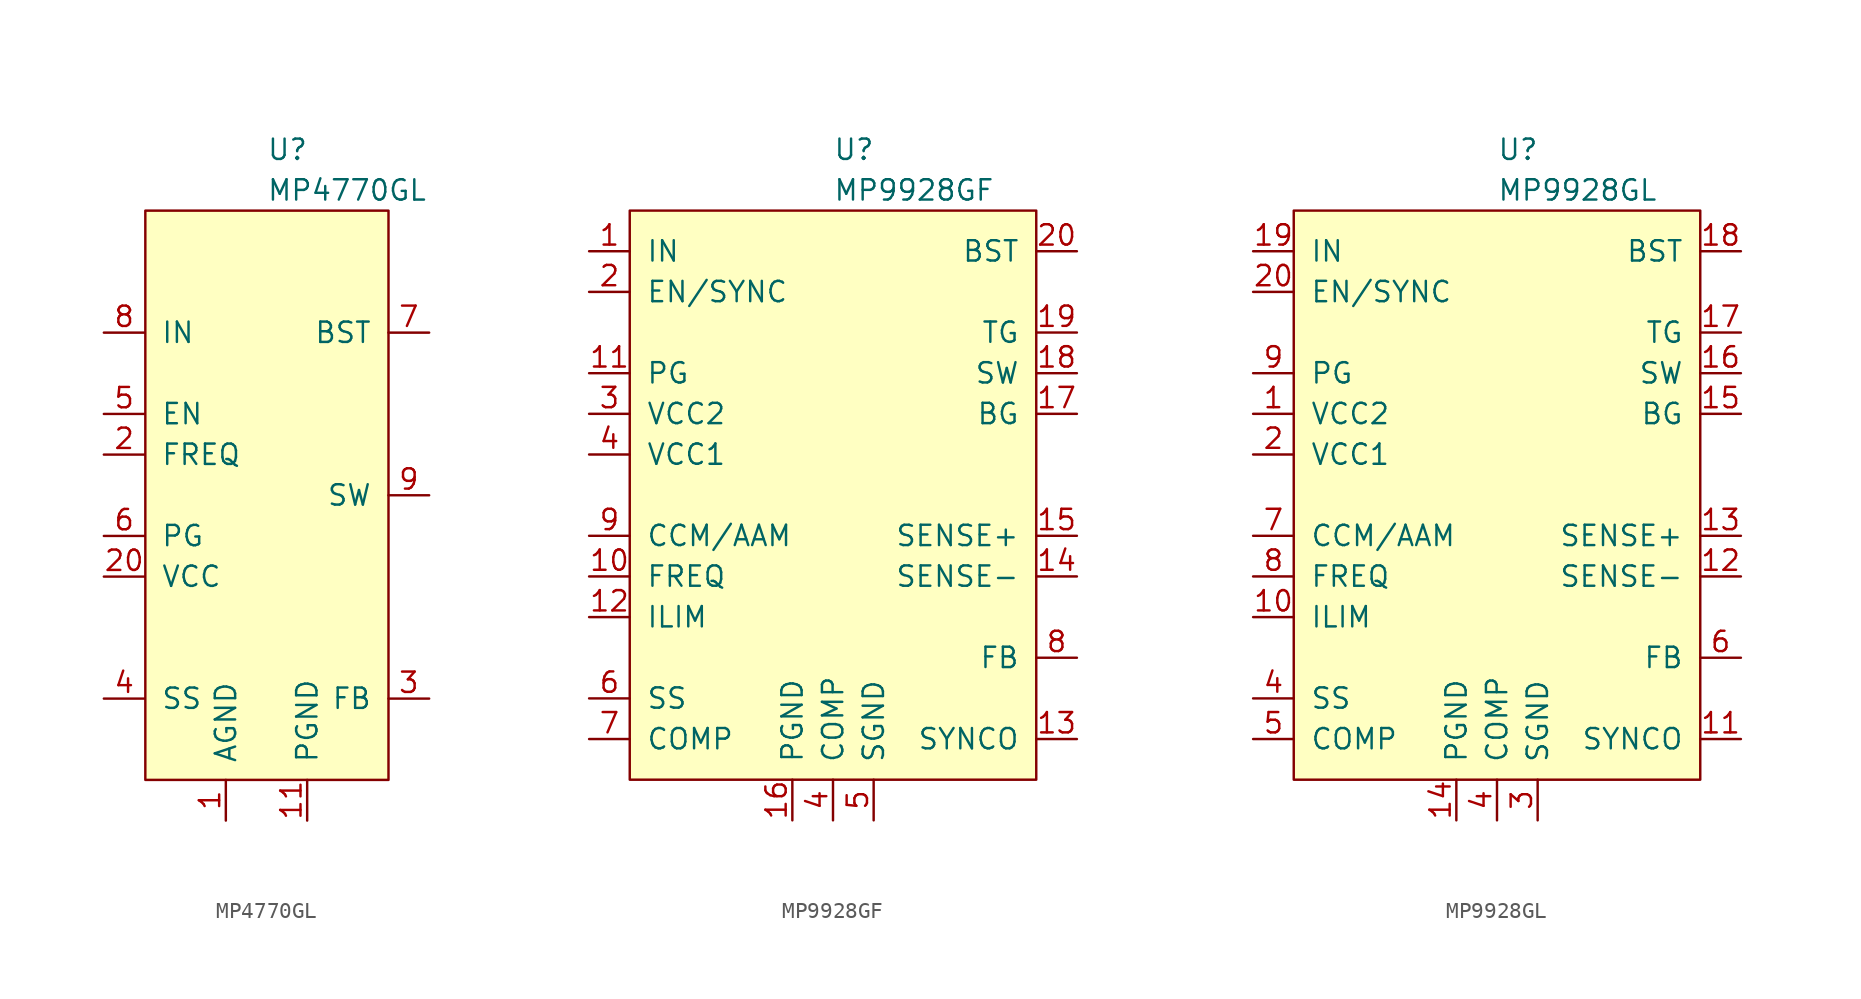
<source format=kicad_sym>
(kicad_symbol_lib
  (version 20241209)
  (generator "kicad_symbol_editor")
  (generator_version "9.0")
  (symbol "MP4770GL"
    (pin_names
      (offset 1.016))
    (property "Reference" "U"
      (at 0 21.59 0)
      (effects (font (size 1.27 1.27)) (justify left)))
    (property "Value" "MP4770GL"
      (at 0 19.05 0)
      (effects (font (size 1.27 1.27)) (justify left)))
    (symbol "MP4770GL_0_1"
      (rectangle (start -7.569 17.78) (end 7.62 -17.78) (stroke (width 0) (type default)) (fill (type background))))
    (symbol "MP4770GL_1_1"
      (pin power_in line (at -10.16 10.16 0) (length 2.54) (hide yes) (name "IN" (effects (font (size 1.27 1.27)))) (number "19" (effects (font (size 1.27 1.27)))))
      (pin power_in line (at -10.16 10.16 0) (length 2.54) (hide yes) (name "IN" (effects (font (size 1.27 1.27)))) (number "21" (effects (font (size 1.27 1.27)))))
      (pin power_in line (at -10.16 10.16 0) (length 2.54) (hide yes) (name "IN" (effects (font (size 1.27 1.27)))) (number "22" (effects (font (size 1.27 1.27)))))
      (pin power_in line (at -10.16 10.16 0) (length 2.54) (hide yes) (name "IN" (effects (font (size 1.27 1.27)))) (number "23" (effects (font (size 1.27 1.27)))))
      (pin power_in line (at -10.16 10.16 0) (length 2.54) (name "IN" (effects (font (size 1.27 1.27)))) (number "8" (effects (font (size 1.27 1.27)))))
      (pin input line (at -10.16 5.08 0) (length 2.54) (name "EN" (effects (font (size 1.27 1.27)))) (number "5" (effects (font (size 1.27 1.27)))))
      (pin input line (at -10.16 2.54 0) (length 2.54) (name "FREQ" (effects (font (size 1.27 1.27)))) (number "2" (effects (font (size 1.27 1.27)))))
      (pin output line (at -10.16 -2.54 0) (length 2.54) (name "PG" (effects (font (size 1.27 1.27)))) (number "6" (effects (font (size 1.27 1.27)))))
      (pin power_out line (at -10.16 -5.08 0) (length 2.54) (name "VCC" (effects (font (size 1.27 1.27)))) (number "20" (effects (font (size 1.27 1.27)))))
      (pin input line (at -10.16 -12.7 0) (length 2.54) (name "SS" (effects (font (size 1.27 1.27)))) (number "4" (effects (font (size 1.27 1.27)))))
      (pin power_in line (at -2.54 -20.32 90) (length 2.54) (name "AGND" (effects (font (size 1.27 1.27)))) (number "1" (effects (font (size 1.27 1.27)))))
      (pin power_in line (at 2.54 -20.32 90) (length 2.54) (name "PGND" (effects (font (size 1.27 1.27)))) (number "11" (effects (font (size 1.27 1.27)))))
      (pin power_in line (at 2.54 -20.32 90) (length 2.54) (hide yes) (name "PGND" (effects (font (size 1.27 1.27)))) (number "12" (effects (font (size 1.27 1.27)))))
      (pin power_in line (at 2.54 -20.32 90) (length 2.54) (hide yes) (name "PGND" (effects (font (size 1.27 1.27)))) (number "13" (effects (font (size 1.27 1.27)))))
      (pin power_in line (at 2.54 -20.32 90) (length 2.54) (hide yes) (name "PGND" (effects (font (size 1.27 1.27)))) (number "14" (effects (font (size 1.27 1.27)))))
      (pin power_in line (at 2.54 -20.32 90) (length 2.54) (hide yes) (name "PGND" (effects (font (size 1.27 1.27)))) (number "15" (effects (font (size 1.27 1.27)))))
      (pin power_in line (at 2.54 -20.32 90) (length 2.54) (hide yes) (name "PGND" (effects (font (size 1.27 1.27)))) (number "16" (effects (font (size 1.27 1.27)))))
      (pin input line (at 10.16 10.16 180) (length 2.54) (name "BST" (effects (font (size 1.27 1.27)))) (number "7" (effects (font (size 1.27 1.27)))))
      (pin power_out line (at 10.16 0 180) (length 2.54) (hide yes) (name "SW" (effects (font (size 1.27 1.27)))) (number "10" (effects (font (size 1.27 1.27)))))
      (pin power_out line (at 10.16 0 180) (length 2.54) (hide yes) (name "SW" (effects (font (size 1.27 1.27)))) (number "17" (effects (font (size 1.27 1.27)))))
      (pin power_out line (at 10.16 0 180) (length 2.54) (hide yes) (name "SW" (effects (font (size 1.27 1.27)))) (number "18" (effects (font (size 1.27 1.27)))))
      (pin power_out line (at 10.16 0 180) (length 2.54) (hide yes) (name "SW" (effects (font (size 1.27 1.27)))) (number "24" (effects (font (size 1.27 1.27)))))
      (pin power_out line (at 10.16 0 180) (length 2.54) (hide yes) (name "SW" (effects (font (size 1.27 1.27)))) (number "25" (effects (font (size 1.27 1.27)))))
      (pin power_out line (at 10.16 0 180) (length 2.54) (name "SW" (effects (font (size 1.27 1.27)))) (number "9" (effects (font (size 1.27 1.27)))))
      (pin input line (at 10.16 -12.7 180) (length 2.54) (name "FB" (effects (font (size 1.27 1.27)))) (number "3" (effects (font (size 1.27 1.27)))))))
  (symbol "MP9928GF"
    (pin_names
      (offset 1.016))
    (property "Reference" "U"
      (at 0 21.59 0)
      (effects (font (size 1.27 1.27)) (justify left)))
    (property "Value" "MP9928GF"
      (at 0 19.05 0)
      (effects (font (size 1.27 1.27)) (justify left)))
    (symbol "MP9928GF_0_1"
      (rectangle (start -12.7 17.78) (end 12.7 -17.78) (stroke (width 0) (type default)) (fill (type background))))
    (symbol "MP9928GF_1_1"
      (pin power_in line (at -15.24 15.24 0) (length 2.54) (name "IN" (effects (font (size 1.27 1.27)))) (number "1" (effects (font (size 1.27 1.27)))))
      (pin input line (at -15.24 12.7 0) (length 2.54) (name "EN/SYNC" (effects (font (size 1.27 1.27)))) (number "2" (effects (font (size 1.27 1.27)))))
      (pin output line (at -15.24 7.62 0) (length 2.54) (name "PG" (effects (font (size 1.27 1.27)))) (number "11" (effects (font (size 1.27 1.27)))))
      (pin power_out line (at -15.24 5.08 0) (length 2.54) (name "VCC2" (effects (font (size 1.27 1.27)))) (number "3" (effects (font (size 1.27 1.27)))))
      (pin power_out line (at -15.24 2.54 0) (length 2.54) (name "VCC1" (effects (font (size 1.27 1.27)))) (number "4" (effects (font (size 1.27 1.27)))))
      (pin input line (at -15.24 -2.54 0) (length 2.54) (name "CCM/AAM" (effects (font (size 1.27 1.27)))) (number "9" (effects (font (size 1.27 1.27)))))
      (pin input line (at -15.24 -5.08 0) (length 2.54) (name "FREQ" (effects (font (size 1.27 1.27)))) (number "10" (effects (font (size 1.27 1.27)))))
      (pin input line (at -15.24 -7.62 0) (length 2.54) (name "ILIM" (effects (font (size 1.27 1.27)))) (number "12" (effects (font (size 1.27 1.27)))))
      (pin input line (at -15.24 -12.7 0) (length 2.54) (name "SS" (effects (font (size 1.27 1.27)))) (number "6" (effects (font (size 1.27 1.27)))))
      (pin input line (at -15.24 -15.24 0) (length 2.54) (name "COMP" (effects (font (size 1.27 1.27)))) (number "7" (effects (font (size 1.27 1.27)))))
      (pin power_in line (at -2.54 -20.32 90) (length 2.54) (name "PGND" (effects (font (size 1.27 1.27)))) (number "16" (effects (font (size 1.27 1.27)))))
      (pin power_in line (at 0 -20.32 90) (length 2.54) (name "COMP" (effects (font (size 1.27 1.27)))) (number "4" (effects (font (size 1.27 1.27)))))
      (pin power_in line (at 2.54 -20.32 90) (length 2.54) (name "SGND" (effects (font (size 1.27 1.27)))) (number "5" (effects (font (size 1.27 1.27)))))
      (pin input line (at 15.24 15.24 180) (length 2.54) (name "BST" (effects (font (size 1.27 1.27)))) (number "20" (effects (font (size 1.27 1.27)))))
      (pin output line (at 15.24 10.16 180) (length 2.54) (name "TG" (effects (font (size 1.27 1.27)))) (number "19" (effects (font (size 1.27 1.27)))))
      (pin output line (at 15.24 7.62 180) (length 2.54) (name "SW" (effects (font (size 1.27 1.27)))) (number "18" (effects (font (size 1.27 1.27)))))
      (pin output line (at 15.24 5.08 180) (length 2.54) (name "BG" (effects (font (size 1.27 1.27)))) (number "17" (effects (font (size 1.27 1.27)))))
      (pin input line (at 15.24 -2.54 180) (length 2.54) (name "SENSE+" (effects (font (size 1.27 1.27)))) (number "15" (effects (font (size 1.27 1.27)))))
      (pin input line (at 15.24 -5.08 180) (length 2.54) (name "SENSE-" (effects (font (size 1.27 1.27)))) (number "14" (effects (font (size 1.27 1.27)))))
      (pin input line (at 15.24 -10.16 180) (length 2.54) (name "FB" (effects (font (size 1.27 1.27)))) (number "8" (effects (font (size 1.27 1.27)))))
      (pin output line (at 15.24 -15.24 180) (length 2.54) (name "SYNCO" (effects (font (size 1.27 1.27)))) (number "13" (effects (font (size 1.27 1.27)))))))
  (symbol "MP9928GL"
    (pin_names
      (offset 1.016))
    (property "Reference" "U"
      (at 0 21.59 0)
      (effects (font (size 1.27 1.27)) (justify left)))
    (property "Value" "MP9928GL"
      (at 0 19.05 0)
      (effects (font (size 1.27 1.27)) (justify left)))
    (symbol "MP9928GL_0_1"
      (rectangle (start -12.7 17.78) (end 12.7 -17.78) (stroke (width 0) (type default)) (fill (type background))))
    (symbol "MP9928GL_1_1"
      (pin power_in line (at -15.24 15.24 0) (length 2.54) (name "IN" (effects (font (size 1.27 1.27)))) (number "19" (effects (font (size 1.27 1.27)))))
      (pin input line (at -15.24 12.7 0) (length 2.54) (name "EN/SYNC" (effects (font (size 1.27 1.27)))) (number "20" (effects (font (size 1.27 1.27)))))
      (pin output line (at -15.24 7.62 0) (length 2.54) (name "PG" (effects (font (size 1.27 1.27)))) (number "9" (effects (font (size 1.27 1.27)))))
      (pin power_out line (at -15.24 5.08 0) (length 2.54) (name "VCC2" (effects (font (size 1.27 1.27)))) (number "1" (effects (font (size 1.27 1.27)))))
      (pin power_out line (at -15.24 2.54 0) (length 2.54) (name "VCC1" (effects (font (size 1.27 1.27)))) (number "2" (effects (font (size 1.27 1.27)))))
      (pin input line (at -15.24 -2.54 0) (length 2.54) (name "CCM/AAM" (effects (font (size 1.27 1.27)))) (number "7" (effects (font (size 1.27 1.27)))))
      (pin input line (at -15.24 -5.08 0) (length 2.54) (name "FREQ" (effects (font (size 1.27 1.27)))) (number "8" (effects (font (size 1.27 1.27)))))
      (pin input line (at -15.24 -7.62 0) (length 2.54) (name "ILIM" (effects (font (size 1.27 1.27)))) (number "10" (effects (font (size 1.27 1.27)))))
      (pin input line (at -15.24 -12.7 0) (length 2.54) (name "SS" (effects (font (size 1.27 1.27)))) (number "4" (effects (font (size 1.27 1.27)))))
      (pin input line (at -15.24 -15.24 0) (length 2.54) (name "COMP" (effects (font (size 1.27 1.27)))) (number "5" (effects (font (size 1.27 1.27)))))
      (pin power_in line (at -2.54 -20.32 90) (length 2.54) (name "PGND" (effects (font (size 1.27 1.27)))) (number "14" (effects (font (size 1.27 1.27)))))
      (pin power_in line (at 0 -20.32 90) (length 2.54) (name "COMP" (effects (font (size 1.27 1.27)))) (number "4" (effects (font (size 1.27 1.27)))))
      (pin power_in line (at 2.54 -20.32 90) (length 2.54) (name "SGND" (effects (font (size 1.27 1.27)))) (number "3" (effects (font (size 1.27 1.27)))))
      (pin input line (at 15.24 15.24 180) (length 2.54) (name "BST" (effects (font (size 1.27 1.27)))) (number "18" (effects (font (size 1.27 1.27)))))
      (pin output line (at 15.24 10.16 180) (length 2.54) (name "TG" (effects (font (size 1.27 1.27)))) (number "17" (effects (font (size 1.27 1.27)))))
      (pin output line (at 15.24 7.62 180) (length 2.54) (name "SW" (effects (font (size 1.27 1.27)))) (number "16" (effects (font (size 1.27 1.27)))))
      (pin output line (at 15.24 5.08 180) (length 2.54) (name "BG" (effects (font (size 1.27 1.27)))) (number "15" (effects (font (size 1.27 1.27)))))
      (pin input line (at 15.24 -2.54 180) (length 2.54) (name "SENSE+" (effects (font (size 1.27 1.27)))) (number "13" (effects (font (size 1.27 1.27)))))
      (pin input line (at 15.24 -5.08 180) (length 2.54) (name "SENSE-" (effects (font (size 1.27 1.27)))) (number "12" (effects (font (size 1.27 1.27)))))
      (pin input line (at 15.24 -10.16 180) (length 2.54) (name "FB" (effects (font (size 1.27 1.27)))) (number "6" (effects (font (size 1.27 1.27)))))
      (pin output line (at 15.24 -15.24 180) (length 2.54) (name "SYNCO" (effects (font (size 1.27 1.27)))) (number "11" (effects (font (size 1.27 1.27))))))))
</source>
